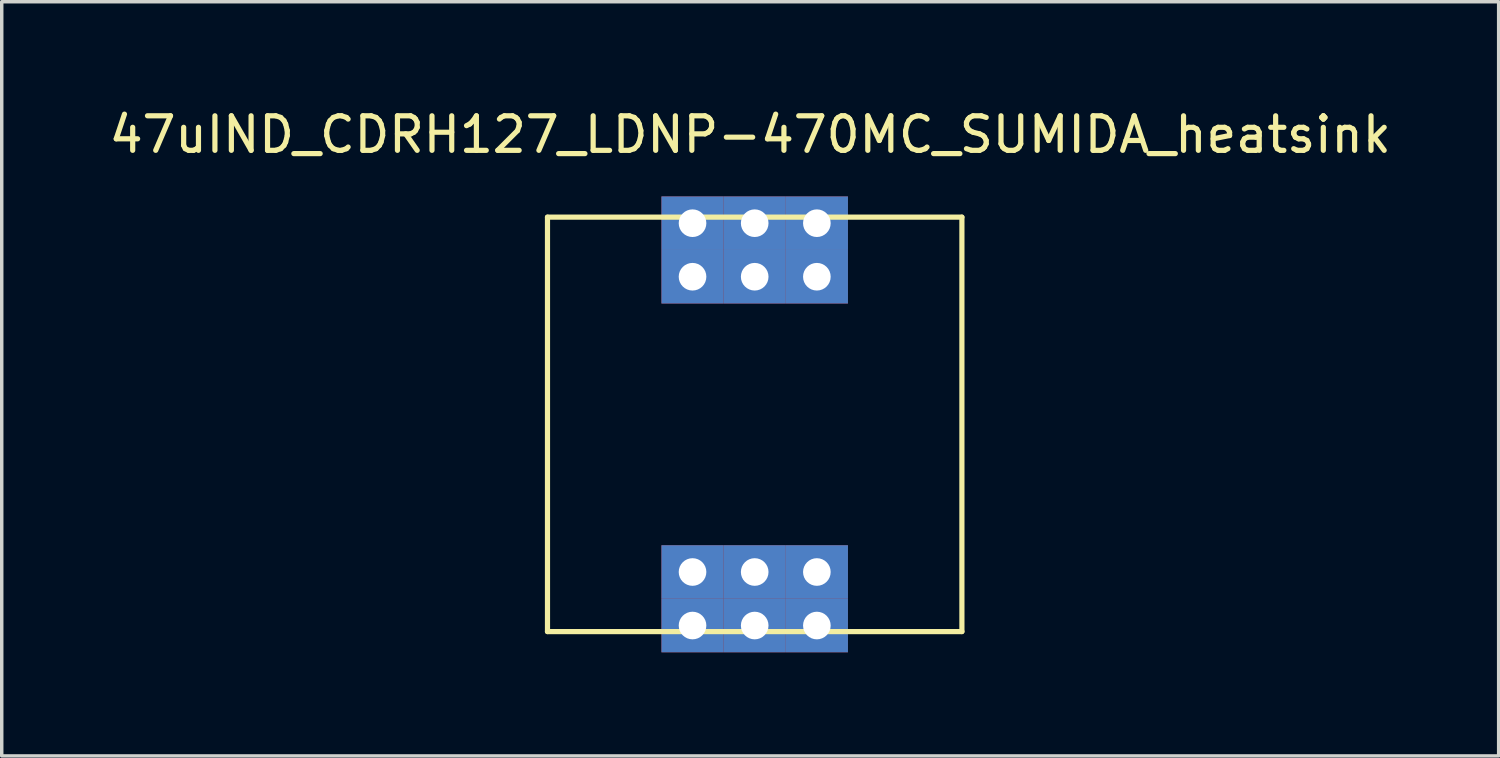
<source format=kicad_pcb>
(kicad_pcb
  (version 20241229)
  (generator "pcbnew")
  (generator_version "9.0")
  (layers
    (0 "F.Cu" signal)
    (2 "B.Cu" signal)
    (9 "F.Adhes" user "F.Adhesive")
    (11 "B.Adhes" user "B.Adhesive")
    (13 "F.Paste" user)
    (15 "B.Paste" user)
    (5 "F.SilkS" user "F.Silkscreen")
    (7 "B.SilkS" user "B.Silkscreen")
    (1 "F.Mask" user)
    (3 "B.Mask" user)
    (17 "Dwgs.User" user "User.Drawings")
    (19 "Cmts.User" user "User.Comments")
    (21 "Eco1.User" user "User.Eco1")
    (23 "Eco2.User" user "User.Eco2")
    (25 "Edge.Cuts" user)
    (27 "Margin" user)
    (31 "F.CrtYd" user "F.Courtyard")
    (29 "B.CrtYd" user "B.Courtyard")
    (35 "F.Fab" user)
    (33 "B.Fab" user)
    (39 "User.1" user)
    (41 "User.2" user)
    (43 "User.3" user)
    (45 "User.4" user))
  (footprint "47uIND_CDRH127_LDNP-470MC_SUMIDA_heatsink"
    (layer "F.Cu")
    (at 18.803 9.238)
    (property "Reference" "47uIND_CDRH127_LDNP-470MC_SUMIDA_heatsink" (at -0.13 -8.39 0) (layer "F.SilkS") (effects (font (size 1 1) (thickness 0.15))))
    (attr through_hole)
    (fp_line (start -6 -6) (end -6 6) (stroke (width 0.15) (type solid)) (layer "F.SilkS"))
    (fp_line (start -6 -6) (end 6 -6) (stroke (width 0.15) (type solid)) (layer "F.SilkS"))
    (fp_line (start -6 6) (end 6 6) (stroke (width 0.15) (type solid)) (layer "F.SilkS"))
    (fp_line (start 6 -6) (end 6 6) (stroke (width 0.15) (type solid)) (layer "F.SilkS"))
    (pad "1" thru_hole rect (at -1.8 -5.825) (size 1.8 1.55) (drill 0.8) (layers "*.Cu" "*.Mask"))
    (pad "1" thru_hole rect (at -1.8 -4.275) (size 1.8 1.55) (drill 0.8) (layers "*.Cu" "*.Mask"))
    (pad "1" thru_hole rect (at 0 -5.825) (size 1.8 1.55) (drill 0.8) (layers "*.Cu" "*.Mask"))
    (pad "1" thru_hole rect (at 0 -4.275) (size 1.8 1.55) (drill 0.8) (layers "*.Cu" "*.Mask"))
    (pad "1" thru_hole rect (at 1.8 -5.825) (size 1.8 1.55) (drill 0.8) (layers "*.Cu" "*.Mask"))
    (pad "1" thru_hole rect (at 1.8 -4.275) (size 1.8 1.55) (drill 0.8) (layers "*.Cu" "*.Mask"))
    (pad "2" thru_hole rect (at -1.8 4.275) (size 1.8 1.55) (drill 0.8) (layers "*.Cu" "*.Mask"))
    (pad "2" thru_hole rect (at -1.8 5.825) (size 1.8 1.55) (drill 0.8) (layers "*.Cu" "*.Mask"))
    (pad "2" thru_hole rect (at 0 4.275) (size 1.8 1.55) (drill 0.8) (layers "*.Cu" "*.Mask"))
    (pad "2" thru_hole rect (at 0 5.825) (size 1.8 1.55) (drill 0.8) (layers "*.Cu" "*.Mask"))
    (pad "2" thru_hole rect (at 1.8 4.275) (size 1.8 1.55) (drill 0.8) (layers "*.Cu" "*.Mask"))
    (pad "2" thru_hole rect (at 1.8 5.825) (size 1.8 1.55) (drill 0.8) (layers "*.Cu" "*.Mask")))
  (gr_rect
    (start -3 -3)
    (end 40.345 18.838)
    (stroke (width 0.1) (type default))
    (fill no)
    (layer "Edge.Cuts")))
</source>
